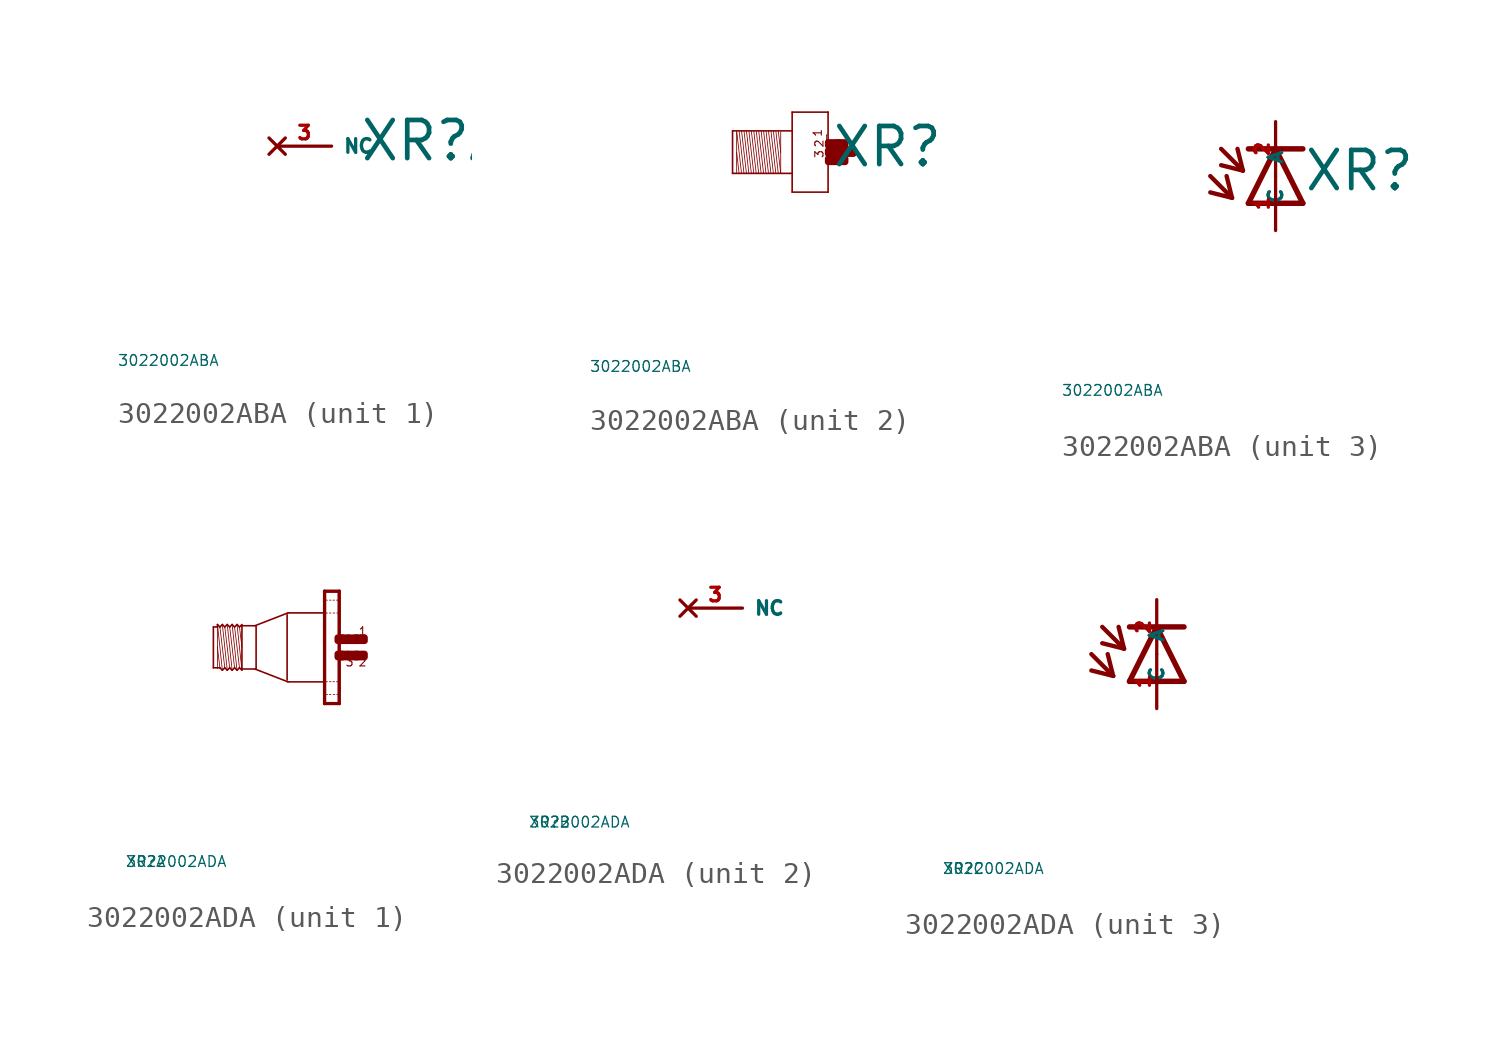
<source format=kicad_sym>
(kicad_symbol_lib
  (version 20220914)
  (generator Eagle2Kicad)
  (symbol "3022002ABA"
    (property "Reference" "XR"
      (at 1.27 -0.787 0)
      (effects (font (size 1.778 1.778) (thickness 0.22)) (justify left bottom)))
    (property "Value" "3022002ABA"
      (at -10 -10 0)
      (effects (font (size 0.5 0.5) (thickness 0.06)) (justify left)))
    (symbol "3022002ABA_1_0"
      (pin no_connect line (at -2.54 0 0) (length 2.54) (name "NC" (effects (font (size 0.635 0.635) (thickness 0.08)) (justify left bottom) hide)) (number "3" (effects (font (size 0.635 0.635) (thickness 0.08)) (justify left bottom) hide))))
    (symbol "3022002ABA_2_0"
      (polyline (pts (xy -1.067 0.953) (xy -1.067 0)) (stroke (width 0.038) (type default)) (fill (type none)))
      (polyline (pts (xy -1.067 0) (xy -1.067 -0.991)) (stroke (width 0.038) (type default)) (fill (type none)))
      (polyline (pts (xy -1.067 -0.991) (xy -1.295 0.991)) (stroke (width 0.038) (type default)) (fill (type none)))
      (polyline (pts (xy -1.181 0.991) (xy -1.067 0)) (stroke (width 0.038) (type default)) (fill (type none)))
      (polyline (pts (xy -1.181 -0.991) (xy -1.41 0.991)) (stroke (width 0.038) (type default)) (fill (type none)))
      (polyline (pts (xy -1.295 -0.991) (xy -1.524 0.991)) (stroke (width 0.038) (type default)) (fill (type none)))
      (polyline (pts (xy -1.41 -0.991) (xy -1.638 0.991)) (stroke (width 0.038) (type default)) (fill (type none)))
      (polyline (pts (xy -1.524 -0.991) (xy -1.753 0.991)) (stroke (width 0.038) (type default)) (fill (type none)))
      (polyline (pts (xy -1.638 -0.991) (xy -1.867 0.991)) (stroke (width 0.038) (type default)) (fill (type none)))
      (polyline (pts (xy -1.753 -0.991) (xy -1.981 0.991)) (stroke (width 0.038) (type default)) (fill (type none)))
      (polyline (pts (xy -1.867 -0.991) (xy -2.095 0.991)) (stroke (width 0.038) (type default)) (fill (type none)))
      (polyline (pts (xy -1.981 -0.991) (xy -2.21 0.991)) (stroke (width 0.038) (type default)) (fill (type none)))
      (polyline (pts (xy -2.095 -0.991) (xy -2.324 0.991)) (stroke (width 0.038) (type default)) (fill (type none)))
      (polyline (pts (xy -2.21 -0.991) (xy -2.438 0.991)) (stroke (width 0.038) (type default)) (fill (type none)))
      (polyline (pts (xy -2.324 -0.991) (xy -2.553 0.991)) (stroke (width 0.038) (type default)) (fill (type none)))
      (polyline (pts (xy -2.438 -0.991) (xy -2.667 0.991)) (stroke (width 0.038) (type default)) (fill (type none)))
      (polyline (pts (xy -2.553 -0.991) (xy -2.781 0.991)) (stroke (width 0.038) (type default)) (fill (type none)))
      (polyline (pts (xy -2.667 -0.991) (xy -2.896 0.991)) (stroke (width 0.038) (type default)) (fill (type none)))
      (polyline (pts (xy -2.781 -0.991) (xy -3.01 0.991)) (stroke (width 0.038) (type default)) (fill (type none)))
      (polyline (pts (xy -2.896 -0.991) (xy -3.124 0.991)) (stroke (width 0.038) (type default)) (fill (type none)))
      (polyline (pts (xy -3.124 0) (xy -3.01 -0.991)) (stroke (width 0.038) (type default)) (fill (type none)))
      (polyline (pts (xy -3.124 0.953) (xy -3.124 -0.953)) (stroke (width 0.038) (type default)) (fill (type none)))
      (polyline (pts (xy -3.315 -0.991) (xy -3.315 0.991)) (stroke (width 0.076) (type default)) (fill (type none)))
      (polyline (pts (xy -3.315 0.991) (xy -0.533 0.991)) (stroke (width 0.076) (type default)) (fill (type none)))
      (polyline (pts (xy -0.533 -0.991) (xy -3.315 -0.991)) (stroke (width 0.076) (type default)) (fill (type none)))
      (polyline (pts (xy -0.533 1.867) (xy -0.533 -1.867)) (stroke (width 0.076) (type default)) (fill (type none)))
      (polyline (pts (xy -0.533 -1.867) (xy 1.143 -1.867)) (stroke (width 0.076) (type default)) (fill (type none)))
      (polyline (pts (xy 1.143 -1.867) (xy 1.143 1.867)) (stroke (width 0.076) (type default)) (fill (type none)))
      (polyline (pts (xy 1.143 1.867) (xy -0.533 1.867)) (stroke (width 0.076) (type default)) (fill (type none)))
      (polyline (pts (xy 1.067 0.8) (xy 1.105 0.8)) (stroke (width 0.038) (type default)) (fill (type none)))
      (polyline (pts (xy 1.105 0.495) (xy 1.067 0.495)) (stroke (width 0.038) (type default)) (fill (type none)))
      (polyline (pts (xy 1.067 0.495) (xy 1.067 0.8)) (stroke (width 0.038) (type default)) (fill (type none)))
      (text "1" (at 0.876 0.686 1800) (effects (font (size 0.381 0.381) (thickness 0.05)) (justify left bottom)))
      (text "2" (at 0.953 0.191 1800) (effects (font (size 0.381 0.381) (thickness 0.05)) (justify left bottom)))
      (text "3" (at 0.953 -0.305 1800) (effects (font (size 0.381 0.381) (thickness 0.05)) (justify left bottom)))
      (rectangle (start 1.143 -0.457) (end 1.638 -0.305) (stroke (width 0.3) (type default)) (fill (type outline)))
      (rectangle (start 1.143 -0.076) (end 2.019 0.076) (stroke (width 0.3) (type default)) (fill (type outline)))
      (rectangle (start 1.6 -0.457) (end 1.943 -0.305) (stroke (width 0.3) (type default)) (fill (type outline)))
      (rectangle (start 1.981 -0.076) (end 2.324 0.076) (stroke (width 0.3) (type default)) (fill (type outline)))
      (rectangle (start 1.6 0.305) (end 1.943 0.457) (stroke (width 0.3) (type default)) (fill (type outline)))
      (rectangle (start 1.143 0.305) (end 1.638 0.457) (stroke (width 0.3) (type default)) (fill (type outline))))
    (symbol "3022002ABA_3_0"
      (polyline (pts (xy 1.27 -1.27) (xy 0 1.27)) (stroke (width 0.254) (type default)) (fill (type none)))
      (polyline (pts (xy 0 1.27) (xy -1.27 -1.27)) (stroke (width 0.254) (type default)) (fill (type none)))
      (polyline (pts (xy -1.27 1.27) (xy 0 1.27)) (stroke (width 0.254) (type default)) (fill (type none)))
      (polyline (pts (xy -1.27 -1.27) (xy 1.27 -1.27)) (stroke (width 0.254) (type default)) (fill (type none)))
      (polyline (pts (xy 0 1.27) (xy 1.27 1.27)) (stroke (width 0.254) (type default)) (fill (type none)))
      (polyline (pts (xy -3.048 0) (xy -2.032 -1.016)) (stroke (width 0.203) (type default)) (fill (type none)))
      (polyline (pts (xy -2.032 -1.016) (xy -2.286 0)) (stroke (width 0.203) (type default)) (fill (type none)))
      (polyline (pts (xy -2.032 -1.016) (xy -3.048 -0.762)) (stroke (width 0.203) (type default)) (fill (type none)))
      (polyline (pts (xy -2.54 1.27) (xy -1.524 0.254)) (stroke (width 0.203) (type default)) (fill (type none)))
      (polyline (pts (xy -1.524 0.254) (xy -1.778 1.27)) (stroke (width 0.203) (type default)) (fill (type none)))
      (polyline (pts (xy -1.524 0.254) (xy -2.54 0.508)) (stroke (width 0.203) (type default)) (fill (type none)))
      (pin passive line (at 0 -2.54 90) (length 2.54) (name "A" (effects (font (size 0.635 0.635) (thickness 0.08)) (justify left bottom))) (number "1" (effects (font (size 0.635 0.635) (thickness 0.08)) (justify left bottom))))
      (pin passive line (at 0 2.54 270) (length 2.54) (name "C" (effects (font (size 0.635 0.635) (thickness 0.08)) (justify left bottom))) (number "2" (effects (font (size 0.635 0.635) (thickness 0.08)) (justify left bottom))))))
  (symbol "3022002ADA"
    (property "Reference" "XR"
      (at -10 -10 0)
      (effects (font (size 0.5 0.5) (thickness 0.06)) (justify left)))
    (property "Value" "3022002ADA"
      (at -10 -10 0)
      (effects (font (size 0.5 0.5) (thickness 0.06)) (justify left)))
    (symbol "3022002ADA_1_0"
      (polyline (pts (xy -4.548 -1.067) (xy -4.777 1.067)) (stroke (width 0.038) (type default)) (fill (type none)))
      (polyline (pts (xy -4.662 0.953) (xy -4.548 0)) (stroke (width 0.038) (type default)) (fill (type none)))
      (polyline (pts (xy -4.662 -0.953) (xy -4.891 0.953)) (stroke (width 0.038) (type default)) (fill (type none)))
      (polyline (pts (xy -4.777 -1.067) (xy -5.005 1.067)) (stroke (width 0.038) (type default)) (fill (type none)))
      (polyline (pts (xy -4.891 -0.953) (xy -5.12 0.953)) (stroke (width 0.038) (type default)) (fill (type none)))
      (polyline (pts (xy -5.005 -1.067) (xy -5.234 1.067)) (stroke (width 0.038) (type default)) (fill (type none)))
      (polyline (pts (xy -5.12 -0.953) (xy -5.348 0.953)) (stroke (width 0.038) (type default)) (fill (type none)))
      (polyline (pts (xy -5.234 -1.067) (xy -5.462 1.067)) (stroke (width 0.038) (type default)) (fill (type none)))
      (polyline (pts (xy -5.348 -0.953) (xy -5.577 0.953)) (stroke (width 0.038) (type default)) (fill (type none)))
      (polyline (pts (xy -5.462 -1.067) (xy -5.691 1.067)) (stroke (width 0.038) (type default)) (fill (type none)))
      (polyline (pts (xy -5.691 0) (xy -5.577 -0.953)) (stroke (width 0.038) (type default)) (fill (type none)))
      (polyline (pts (xy -5.691 1.029) (xy -5.691 0.953)) (stroke (width 0.038) (type default)) (fill (type none)))
      (polyline (pts (xy -5.691 0.953) (xy -5.691 -0.953)) (stroke (width 0.038) (type default)) (fill (type none)))
      (polyline (pts (xy -5.881 -0.953) (xy -5.881 0.953)) (stroke (width 0.076) (type default)) (fill (type none)))
      (polyline (pts (xy -5.881 0.953) (xy -5.691 0.953)) (stroke (width 0.076) (type default)) (fill (type none)))
      (polyline (pts (xy -5.691 0.953) (xy -5.691 1.067)) (stroke (width 0.076) (type default)) (fill (type none)))
      (polyline (pts (xy -5.691 1.067) (xy -5.577 0.953)) (stroke (width 0.076) (type default)) (fill (type none)))
      (polyline (pts (xy -5.577 0.953) (xy -5.462 1.067)) (stroke (width 0.076) (type default)) (fill (type none)))
      (polyline (pts (xy -5.462 1.067) (xy -5.348 0.953)) (stroke (width 0.076) (type default)) (fill (type none)))
      (polyline (pts (xy -5.348 0.953) (xy -5.234 1.067)) (stroke (width 0.076) (type default)) (fill (type none)))
      (polyline (pts (xy -5.234 1.067) (xy -5.12 0.953)) (stroke (width 0.076) (type default)) (fill (type none)))
      (polyline (pts (xy -5.12 0.953) (xy -5.005 1.067)) (stroke (width 0.076) (type default)) (fill (type none)))
      (polyline (pts (xy -4.777 1.067) (xy -4.662 0.953)) (stroke (width 0.076) (type default)) (fill (type none)))
      (polyline (pts (xy -4.662 0.953) (xy -4.548 1.067)) (stroke (width 0.076) (type default)) (fill (type none)))
      (polyline (pts (xy -4.548 -1.067) (xy -4.662 -0.953)) (stroke (width 0.076) (type default)) (fill (type none)))
      (polyline (pts (xy -4.662 -0.953) (xy -4.777 -1.067)) (stroke (width 0.076) (type default)) (fill (type none)))
      (polyline (pts (xy -4.777 -1.067) (xy -4.891 -0.953)) (stroke (width 0.076) (type default)) (fill (type none)))
      (polyline (pts (xy -4.891 -0.953) (xy -5.005 -1.067)) (stroke (width 0.076) (type default)) (fill (type none)))
      (polyline (pts (xy -5.005 -1.067) (xy -5.12 -0.953)) (stroke (width 0.076) (type default)) (fill (type none)))
      (polyline (pts (xy -5.12 -0.953) (xy -5.234 -1.067)) (stroke (width 0.076) (type default)) (fill (type none)))
      (polyline (pts (xy -5.234 -1.067) (xy -5.348 -0.953)) (stroke (width 0.076) (type default)) (fill (type none)))
      (polyline (pts (xy -5.348 -0.953) (xy -5.462 -1.067)) (stroke (width 0.076) (type default)) (fill (type none)))
      (polyline (pts (xy -5.462 -1.067) (xy -5.577 -0.953)) (stroke (width 0.076) (type default)) (fill (type none)))
      (polyline (pts (xy -5.577 -0.953) (xy -5.691 -0.953)) (stroke (width 0.076) (type default)) (fill (type none)))
      (polyline (pts (xy -5.691 -0.953) (xy -5.881 -0.953)) (stroke (width 0.076) (type default)) (fill (type none)))
      (polyline (pts (xy -4.548 1.029) (xy -4.548 1.01)) (stroke (width 0.076) (type default)) (fill (type none)))
      (polyline (pts (xy -4.548 1.01) (xy -4.548 -1.01)) (stroke (width 0.076) (type default)) (fill (type none)))
      (polyline (pts (xy -4.548 -1.01) (xy -4.548 -1.029)) (stroke (width 0.076) (type default)) (fill (type none)))
      (polyline (pts (xy -0.038 2.594) (xy -0.038 -2.594)) (stroke (width 0.076) (type default)) (fill (type none)))
      (polyline (pts (xy -0.038 -2.594) (xy -0.655 -2.594)) (stroke (width 0.076) (type default)) (fill (type none)))
      (polyline (pts (xy -0.655 -2.594) (xy -0.655 2.594)) (stroke (width 0.076) (type default)) (fill (type none)))
      (polyline (pts (xy -0.655 2.594) (xy -0.038 2.594)) (stroke (width 0.076) (type default)) (fill (type none)))
      (polyline (pts (xy -0.699 1.61) (xy -2.4 1.61)) (stroke (width 0.076) (type default)) (fill (type none)))
      (polyline (pts (xy -2.4 1.61) (xy -3.938 1.012)) (stroke (width 0.076) (type default)) (fill (type none)))
      (polyline (pts (xy -0.669 -1.61) (xy -2.4 -1.61)) (stroke (width 0.076) (type default)) (fill (type none)))
      (polyline (pts (xy -2.4 -1.61) (xy -3.938 -1.012)) (stroke (width 0.076) (type default)) (fill (type none)))
      (polyline (pts (xy -3.938 -1.01) (xy -4.548 -1.01)) (stroke (width 0.076) (type default)) (fill (type none)))
      (polyline (pts (xy -4.548 1.01) (xy -3.938 1.01)) (stroke (width 0.076) (type default)) (fill (type none)))
      (polyline (pts (xy -4.777 1.067) (xy -4.891 0.953)) (stroke (width 0.076) (type default)) (fill (type none)))
      (polyline (pts (xy -4.891 0.953) (xy -5.005 1.067)) (stroke (width 0.076) (type default)) (fill (type none)))
      (polyline (pts (xy 0 -2.625) (xy -0.69 -2.625)) (stroke (width 0) (type default)) (fill (type none)))
      (polyline (pts (xy 0 -2.625) (xy 0 2.625)) (stroke (width 0) (type default)) (fill (type none)))
      (polyline (pts (xy 0 2.625) (xy -0.69 2.625)) (stroke (width 0) (type default)) (fill (type none)))
      (polyline (pts (xy -0.69 2.625) (xy -0.69 -2.625)) (stroke (width 0) (type default)) (fill (type none)))
      (polyline (pts (xy -0.039 -1.605) (xy -0.135 -1.605)) (stroke (width 0.038) (type default)) (fill (type none)))
      (polyline (pts (xy -0.225 -1.605) (xy -0.3 -1.605)) (stroke (width 0.038) (type default)) (fill (type none)))
      (polyline (pts (xy -0.39 -1.605) (xy -0.465 -1.605)) (stroke (width 0.038) (type default)) (fill (type none)))
      (polyline (pts (xy -0.555 -1.605) (xy -0.633 -1.605)) (stroke (width 0.038) (type default)) (fill (type none)))
      (polyline (pts (xy -0.039 -2.205) (xy -0.12 -2.205)) (stroke (width 0.038) (type default)) (fill (type none)))
      (polyline (pts (xy -0.21 -2.205) (xy -0.285 -2.205)) (stroke (width 0.038) (type default)) (fill (type none)))
      (polyline (pts (xy -0.39 -2.205) (xy -0.465 -2.205)) (stroke (width 0.038) (type default)) (fill (type none)))
      (polyline (pts (xy -0.555 -2.205) (xy -0.633 -2.205)) (stroke (width 0.038) (type default)) (fill (type none)))
      (polyline (pts (xy -0.039 2.205) (xy -0.135 2.205)) (stroke (width 0.038) (type default)) (fill (type none)))
      (polyline (pts (xy -0.225 2.205) (xy -0.3 2.205)) (stroke (width 0.038) (type default)) (fill (type none)))
      (polyline (pts (xy -0.39 2.205) (xy -0.465 2.205)) (stroke (width 0.038) (type default)) (fill (type none)))
      (polyline (pts (xy -0.555 2.205) (xy -0.633 2.205)) (stroke (width 0.038) (type default)) (fill (type none)))
      (polyline (pts (xy -0.039 1.605) (xy -0.12 1.605)) (stroke (width 0.038) (type default)) (fill (type none)))
      (polyline (pts (xy -0.21 1.605) (xy -0.285 1.605)) (stroke (width 0.038) (type default)) (fill (type none)))
      (polyline (pts (xy -0.39 1.605) (xy -0.465 1.605)) (stroke (width 0.038) (type default)) (fill (type none)))
      (polyline (pts (xy -0.555 1.605) (xy -0.633 1.605)) (stroke (width 0.038) (type default)) (fill (type none)))
      (polyline (pts (xy -3.886 0.991) (xy -3.886 -0.991)) (stroke (width 0.076) (type default)) (fill (type none)))
      (polyline (pts (xy -2.438 1.524) (xy -2.438 -1.524)) (stroke (width 0.076) (type default)) (fill (type none)))
      (text "1" (at 0.876 0.533 0) (effects (font (size 0.381 0.381) (thickness 0.05)) (justify left bottom)))
      (text "3" (at 0.267 -0.914 0) (effects (font (size 0.381 0.381) (thickness 0.05)) (justify left bottom)))
      (text "2" (at 0.876 -0.914 0) (effects (font (size 0.381 0.381) (thickness 0.05)) (justify left bottom)))
      (rectangle (start 0.838 -0.457) (end 1.181 -0.305) (stroke (width 0.3) (type default)) (fill (type outline)))
      (rectangle (start 0.419 -0.457) (end 0.762 -0.305) (stroke (width 0.3) (type default)) (fill (type outline)))
      (rectangle (start 0.076 -0.457) (end 0.419 -0.305) (stroke (width 0.3) (type default)) (fill (type outline)))
      (rectangle (start -0.076 -0.457) (end 0.152 -0.305) (stroke (width 0.3) (type default)) (fill (type outline)))
      (rectangle (start 0.762 -0.457) (end 0.838 -0.305) (stroke (width 0.3) (type default)) (fill (type outline)))
      (rectangle (start 0.838 0.305) (end 1.181 0.457) (stroke (width 0.3) (type default)) (fill (type outline)))
      (rectangle (start 0.762 0.305) (end 0.838 0.457) (stroke (width 0.3) (type default)) (fill (type outline)))
      (rectangle (start 0.419 0.305) (end 0.762 0.457) (stroke (width 0.3) (type default)) (fill (type outline)))
      (rectangle (start 0.076 0.305) (end 0.419 0.457) (stroke (width 0.3) (type default)) (fill (type outline)))
      (rectangle (start -0.076 0.305) (end 0.152 0.457) (stroke (width 0.3) (type default)) (fill (type outline))))
    (symbol "3022002ADA_2_0"
      (pin no_connect line (at -2.54 0 0) (length 2.54) (name "NC" (effects (font (size 0.635 0.635) (thickness 0.08)) (justify left bottom) hide)) (number "3" (effects (font (size 0.635 0.635) (thickness 0.08)) (justify left bottom) hide))))
    (symbol "3022002ADA_3_0"
      (polyline (pts (xy 1.27 -1.27) (xy 0 1.27)) (stroke (width 0.254) (type default)) (fill (type none)))
      (polyline (pts (xy 0 1.27) (xy -1.27 -1.27)) (stroke (width 0.254) (type default)) (fill (type none)))
      (polyline (pts (xy -1.27 1.27) (xy 0 1.27)) (stroke (width 0.254) (type default)) (fill (type none)))
      (polyline (pts (xy -1.27 -1.27) (xy 1.27 -1.27)) (stroke (width 0.254) (type default)) (fill (type none)))
      (polyline (pts (xy 0 1.27) (xy 1.27 1.27)) (stroke (width 0.254) (type default)) (fill (type none)))
      (polyline (pts (xy -3.048 0) (xy -2.032 -1.016)) (stroke (width 0.203) (type default)) (fill (type none)))
      (polyline (pts (xy -2.032 -1.016) (xy -2.286 0)) (stroke (width 0.203) (type default)) (fill (type none)))
      (polyline (pts (xy -2.032 -1.016) (xy -3.048 -0.762)) (stroke (width 0.203) (type default)) (fill (type none)))
      (polyline (pts (xy -2.54 1.27) (xy -1.524 0.254)) (stroke (width 0.203) (type default)) (fill (type none)))
      (polyline (pts (xy -1.524 0.254) (xy -1.778 1.27)) (stroke (width 0.203) (type default)) (fill (type none)))
      (polyline (pts (xy -1.524 0.254) (xy -2.54 0.508)) (stroke (width 0.203) (type default)) (fill (type none)))
      (pin passive line (at 0 -2.54 90) (length 2.54) (name "A" (effects (font (size 0.635 0.635) (thickness 0.08)) (justify left bottom))) (number "1" (effects (font (size 0.635 0.635) (thickness 0.08)) (justify left bottom))))
      (pin passive line (at 0 2.54 270) (length 2.54) (name "C" (effects (font (size 0.635 0.635) (thickness 0.08)) (justify left bottom))) (number "2" (effects (font (size 0.635 0.635) (thickness 0.08)) (justify left bottom)))))))
</source>
